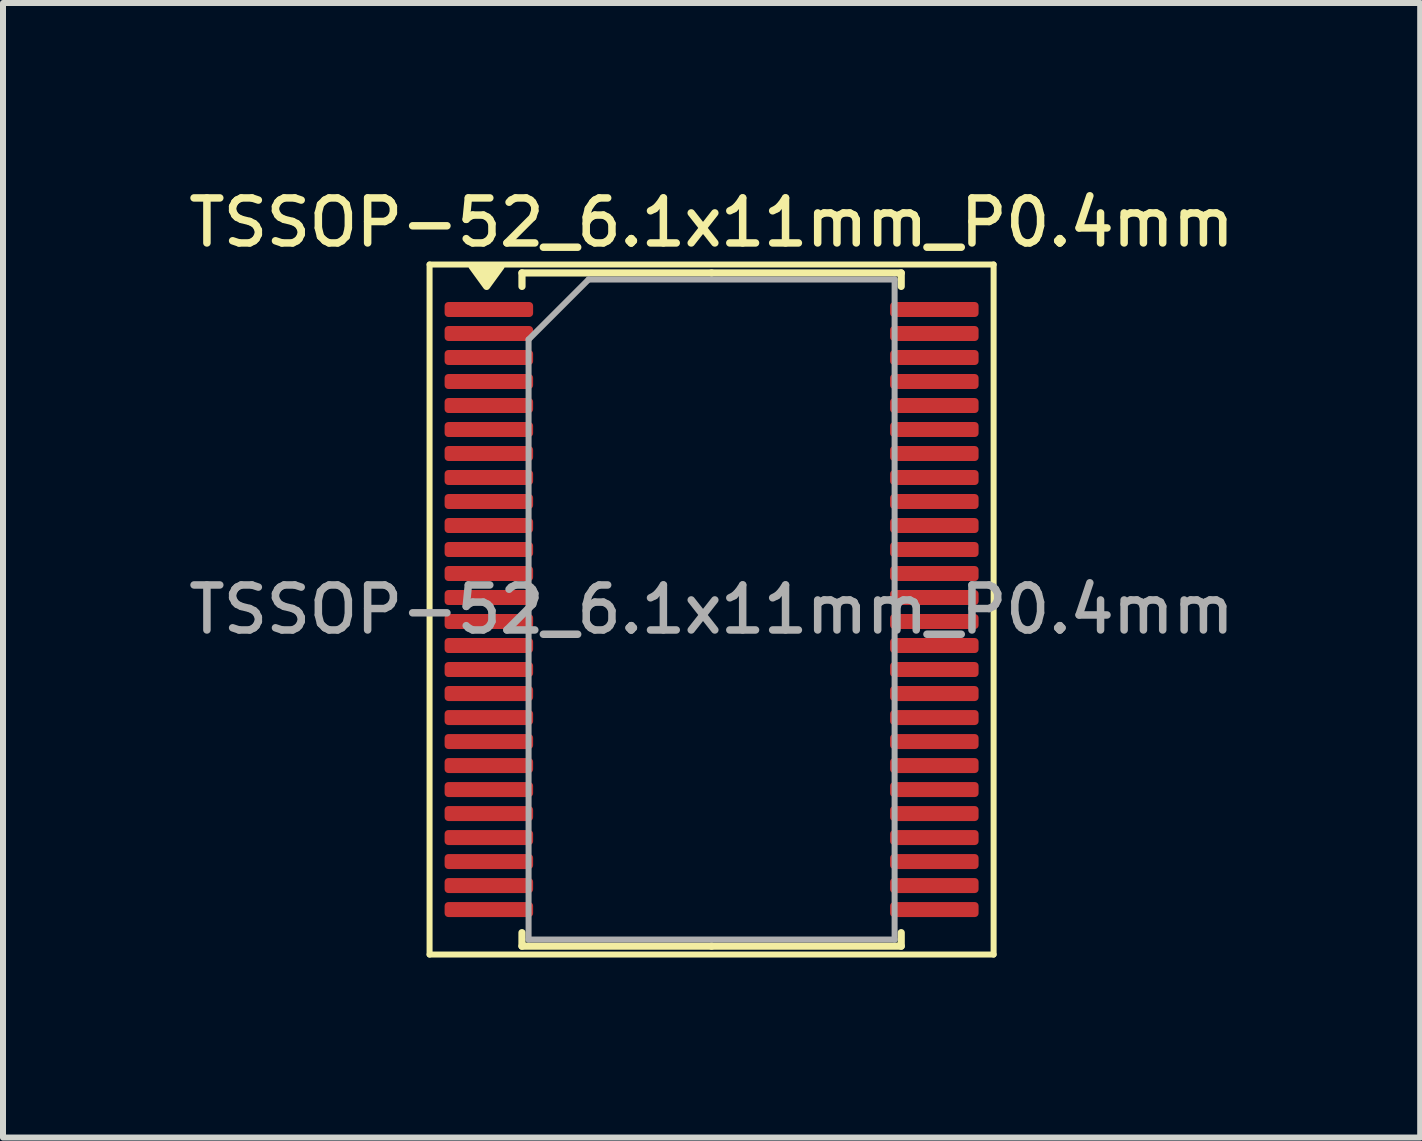
<source format=kicad_pcb>
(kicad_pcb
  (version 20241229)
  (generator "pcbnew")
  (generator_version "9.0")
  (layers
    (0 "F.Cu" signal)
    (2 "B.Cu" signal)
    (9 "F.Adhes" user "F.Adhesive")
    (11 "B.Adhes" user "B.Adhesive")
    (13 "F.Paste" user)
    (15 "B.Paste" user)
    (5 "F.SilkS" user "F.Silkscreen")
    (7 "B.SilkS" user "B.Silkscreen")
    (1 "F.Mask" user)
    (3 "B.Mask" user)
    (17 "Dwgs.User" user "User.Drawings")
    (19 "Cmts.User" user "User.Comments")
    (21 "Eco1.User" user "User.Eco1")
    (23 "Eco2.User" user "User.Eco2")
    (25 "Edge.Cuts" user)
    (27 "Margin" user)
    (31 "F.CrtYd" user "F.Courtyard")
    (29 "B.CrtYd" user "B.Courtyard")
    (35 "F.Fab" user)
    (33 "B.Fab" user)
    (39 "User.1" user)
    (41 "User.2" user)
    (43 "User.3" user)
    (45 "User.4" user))
  (footprint "TSSOP-52_6.1x11mm_P0.4mm"
    (layer "F.Cu")
    (at 8.809 7.108)
    (property "Reference" "TSSOP-52_6.1x11mm_P0.4mm" (at 0 -6.45 0) (layer "F.SilkS") (effects (font (size 0.75 0.75) (thickness 0.125))))
    (attr smd)
    (fp_line (start -4.7 -5.75) (end -4.7 5.75) (stroke (width 0.1) (type solid)) (layer "F.SilkS"))
    (fp_line (start -4.7 5.75) (end 4.7 5.75) (stroke (width 0.1) (type solid)) (layer "F.SilkS"))
    (fp_line (start -3.16 -5.61) (end -3.16 -5.385) (stroke (width 0.12) (type solid)) (layer "F.SilkS"))
    (fp_line (start -3.16 5.61) (end -3.16 5.385) (stroke (width 0.12) (type solid)) (layer "F.SilkS"))
    (fp_line (start 0 -5.61) (end -3.16 -5.61) (stroke (width 0.12) (type solid)) (layer "F.SilkS"))
    (fp_line (start 0 -5.61) (end 3.16 -5.61) (stroke (width 0.12) (type solid)) (layer "F.SilkS"))
    (fp_line (start 0 5.61) (end -3.16 5.61) (stroke (width 0.12) (type solid)) (layer "F.SilkS"))
    (fp_line (start 0 5.61) (end 3.16 5.61) (stroke (width 0.12) (type solid)) (layer "F.SilkS"))
    (fp_line (start 3.16 -5.61) (end 3.16 -5.385) (stroke (width 0.12) (type solid)) (layer "F.SilkS"))
    (fp_line (start 3.16 5.61) (end 3.16 5.385) (stroke (width 0.12) (type solid)) (layer "F.SilkS"))
    (fp_line (start 4.7 -5.75) (end -4.7 -5.75) (stroke (width 0.1) (type solid)) (layer "F.SilkS"))
    (fp_line (start 4.7 5.75) (end 4.7 -5.75) (stroke (width 0.1) (type solid)) (layer "F.SilkS"))
    (fp_poly (pts (xy -3.75 -5.385) (xy -3.99 -5.715) (xy -3.51 -5.715) (xy -3.75 -5.385)) (stroke (width 0.12) (type solid)) (fill yes) (layer "F.SilkS"))
    (fp_line (start -3.05 -4.5) (end -2.05 -5.5) (stroke (width 0.1) (type solid)) (layer "F.Fab"))
    (fp_line (start -3.05 5.5) (end -3.05 -4.5) (stroke (width 0.1) (type solid)) (layer "F.Fab"))
    (fp_line (start -2.05 -5.5) (end 3.05 -5.5) (stroke (width 0.1) (type solid)) (layer "F.Fab"))
    (fp_line (start 3.05 -5.5) (end 3.05 5.5) (stroke (width 0.1) (type solid)) (layer "F.Fab"))
    (fp_line (start 3.05 5.5) (end -3.05 5.5) (stroke (width 0.1) (type solid)) (layer "F.Fab"))
    (fp_text user "${REFERENCE}" (at 0 0 0) (layer "F.Fab") (effects (font (size 0.75 0.75) (thickness 0.125))))
    (pad "1" smd roundrect (at -3.712 -5) (size 1.475 0.25) (layers "F.Cu" "F.Mask" "F.Paste") (roundrect_rratio 0.25))
    (pad "2" smd roundrect (at -3.712 -4.6) (size 1.475 0.25) (layers "F.Cu" "F.Mask" "F.Paste") (roundrect_rratio 0.25))
    (pad "3" smd roundrect (at -3.712 -4.2) (size 1.475 0.25) (layers "F.Cu" "F.Mask" "F.Paste") (roundrect_rratio 0.25))
    (pad "4" smd roundrect (at -3.712 -3.8) (size 1.475 0.25) (layers "F.Cu" "F.Mask" "F.Paste") (roundrect_rratio 0.25))
    (pad "5" smd roundrect (at -3.712 -3.4) (size 1.475 0.25) (layers "F.Cu" "F.Mask" "F.Paste") (roundrect_rratio 0.25))
    (pad "6" smd roundrect (at -3.712 -3) (size 1.475 0.25) (layers "F.Cu" "F.Mask" "F.Paste") (roundrect_rratio 0.25))
    (pad "7" smd roundrect (at -3.712 -2.6) (size 1.475 0.25) (layers "F.Cu" "F.Mask" "F.Paste") (roundrect_rratio 0.25))
    (pad "8" smd roundrect (at -3.712 -2.2) (size 1.475 0.25) (layers "F.Cu" "F.Mask" "F.Paste") (roundrect_rratio 0.25))
    (pad "9" smd roundrect (at -3.712 -1.8) (size 1.475 0.25) (layers "F.Cu" "F.Mask" "F.Paste") (roundrect_rratio 0.25))
    (pad "10" smd roundrect (at -3.712 -1.4) (size 1.475 0.25) (layers "F.Cu" "F.Mask" "F.Paste") (roundrect_rratio 0.25))
    (pad "11" smd roundrect (at -3.712 -1) (size 1.475 0.25) (layers "F.Cu" "F.Mask" "F.Paste") (roundrect_rratio 0.25))
    (pad "12" smd roundrect (at -3.712 -0.6) (size 1.475 0.25) (layers "F.Cu" "F.Mask" "F.Paste") (roundrect_rratio 0.25))
    (pad "13" smd roundrect (at -3.712 -0.2) (size 1.475 0.25) (layers "F.Cu" "F.Mask" "F.Paste") (roundrect_rratio 0.25))
    (pad "14" smd roundrect (at -3.712 0.2) (size 1.475 0.25) (layers "F.Cu" "F.Mask" "F.Paste") (roundrect_rratio 0.25))
    (pad "15" smd roundrect (at -3.712 0.6) (size 1.475 0.25) (layers "F.Cu" "F.Mask" "F.Paste") (roundrect_rratio 0.25))
    (pad "16" smd roundrect (at -3.712 1) (size 1.475 0.25) (layers "F.Cu" "F.Mask" "F.Paste") (roundrect_rratio 0.25))
    (pad "17" smd roundrect (at -3.712 1.4) (size 1.475 0.25) (layers "F.Cu" "F.Mask" "F.Paste") (roundrect_rratio 0.25))
    (pad "18" smd roundrect (at -3.712 1.8) (size 1.475 0.25) (layers "F.Cu" "F.Mask" "F.Paste") (roundrect_rratio 0.25))
    (pad "19" smd roundrect (at -3.712 2.2) (size 1.475 0.25) (layers "F.Cu" "F.Mask" "F.Paste") (roundrect_rratio 0.25))
    (pad "20" smd roundrect (at -3.712 2.6) (size 1.475 0.25) (layers "F.Cu" "F.Mask" "F.Paste") (roundrect_rratio 0.25))
    (pad "21" smd roundrect (at -3.712 3) (size 1.475 0.25) (layers "F.Cu" "F.Mask" "F.Paste") (roundrect_rratio 0.25))
    (pad "22" smd roundrect (at -3.712 3.4) (size 1.475 0.25) (layers "F.Cu" "F.Mask" "F.Paste") (roundrect_rratio 0.25))
    (pad "23" smd roundrect (at -3.712 3.8) (size 1.475 0.25) (layers "F.Cu" "F.Mask" "F.Paste") (roundrect_rratio 0.25))
    (pad "24" smd roundrect (at -3.712 4.2) (size 1.475 0.25) (layers "F.Cu" "F.Mask" "F.Paste") (roundrect_rratio 0.25))
    (pad "25" smd roundrect (at -3.712 4.6) (size 1.475 0.25) (layers "F.Cu" "F.Mask" "F.Paste") (roundrect_rratio 0.25))
    (pad "26" smd roundrect (at -3.712 5) (size 1.475 0.25) (layers "F.Cu" "F.Mask" "F.Paste") (roundrect_rratio 0.25))
    (pad "27" smd roundrect (at 3.712 5) (size 1.475 0.25) (layers "F.Cu" "F.Mask" "F.Paste") (roundrect_rratio 0.25))
    (pad "28" smd roundrect (at 3.712 4.6) (size 1.475 0.25) (layers "F.Cu" "F.Mask" "F.Paste") (roundrect_rratio 0.25))
    (pad "29" smd roundrect (at 3.712 4.2) (size 1.475 0.25) (layers "F.Cu" "F.Mask" "F.Paste") (roundrect_rratio 0.25))
    (pad "30" smd roundrect (at 3.712 3.8) (size 1.475 0.25) (layers "F.Cu" "F.Mask" "F.Paste") (roundrect_rratio 0.25))
    (pad "31" smd roundrect (at 3.712 3.4) (size 1.475 0.25) (layers "F.Cu" "F.Mask" "F.Paste") (roundrect_rratio 0.25))
    (pad "32" smd roundrect (at 3.712 3) (size 1.475 0.25) (layers "F.Cu" "F.Mask" "F.Paste") (roundrect_rratio 0.25))
    (pad "33" smd roundrect (at 3.712 2.6) (size 1.475 0.25) (layers "F.Cu" "F.Mask" "F.Paste") (roundrect_rratio 0.25))
    (pad "34" smd roundrect (at 3.712 2.2) (size 1.475 0.25) (layers "F.Cu" "F.Mask" "F.Paste") (roundrect_rratio 0.25))
    (pad "35" smd roundrect (at 3.712 1.8) (size 1.475 0.25) (layers "F.Cu" "F.Mask" "F.Paste") (roundrect_rratio 0.25))
    (pad "36" smd roundrect (at 3.712 1.4) (size 1.475 0.25) (layers "F.Cu" "F.Mask" "F.Paste") (roundrect_rratio 0.25))
    (pad "37" smd roundrect (at 3.712 1) (size 1.475 0.25) (layers "F.Cu" "F.Mask" "F.Paste") (roundrect_rratio 0.25))
    (pad "38" smd roundrect (at 3.712 0.6) (size 1.475 0.25) (layers "F.Cu" "F.Mask" "F.Paste") (roundrect_rratio 0.25))
    (pad "39" smd roundrect (at 3.712 0.2) (size 1.475 0.25) (layers "F.Cu" "F.Mask" "F.Paste") (roundrect_rratio 0.25))
    (pad "40" smd roundrect (at 3.712 -0.2) (size 1.475 0.25) (layers "F.Cu" "F.Mask" "F.Paste") (roundrect_rratio 0.25))
    (pad "41" smd roundrect (at 3.712 -0.6) (size 1.475 0.25) (layers "F.Cu" "F.Mask" "F.Paste") (roundrect_rratio 0.25))
    (pad "42" smd roundrect (at 3.712 -1) (size 1.475 0.25) (layers "F.Cu" "F.Mask" "F.Paste") (roundrect_rratio 0.25))
    (pad "43" smd roundrect (at 3.712 -1.4) (size 1.475 0.25) (layers "F.Cu" "F.Mask" "F.Paste") (roundrect_rratio 0.25))
    (pad "44" smd roundrect (at 3.712 -1.8) (size 1.475 0.25) (layers "F.Cu" "F.Mask" "F.Paste") (roundrect_rratio 0.25))
    (pad "45" smd roundrect (at 3.712 -2.2) (size 1.475 0.25) (layers "F.Cu" "F.Mask" "F.Paste") (roundrect_rratio 0.25))
    (pad "46" smd roundrect (at 3.712 -2.6) (size 1.475 0.25) (layers "F.Cu" "F.Mask" "F.Paste") (roundrect_rratio 0.25))
    (pad "47" smd roundrect (at 3.712 -3) (size 1.475 0.25) (layers "F.Cu" "F.Mask" "F.Paste") (roundrect_rratio 0.25))
    (pad "48" smd roundrect (at 3.712 -3.4) (size 1.475 0.25) (layers "F.Cu" "F.Mask" "F.Paste") (roundrect_rratio 0.25))
    (pad "49" smd roundrect (at 3.712 -3.8) (size 1.475 0.25) (layers "F.Cu" "F.Mask" "F.Paste") (roundrect_rratio 0.25))
    (pad "50" smd roundrect (at 3.712 -4.2) (size 1.475 0.25) (layers "F.Cu" "F.Mask" "F.Paste") (roundrect_rratio 0.25))
    (pad "51" smd roundrect (at 3.712 -4.6) (size 1.475 0.25) (layers "F.Cu" "F.Mask" "F.Paste") (roundrect_rratio 0.25))
    (pad "52" smd roundrect (at 3.712 -5) (size 1.475 0.25) (layers "F.Cu" "F.Mask" "F.Paste") (roundrect_rratio 0.25)))
  (gr_rect
    (start -3 -3)
    (end 20.618 15.908)
    (stroke (width 0.1) (type default))
    (fill no)
    (layer "Edge.Cuts")))
</source>
